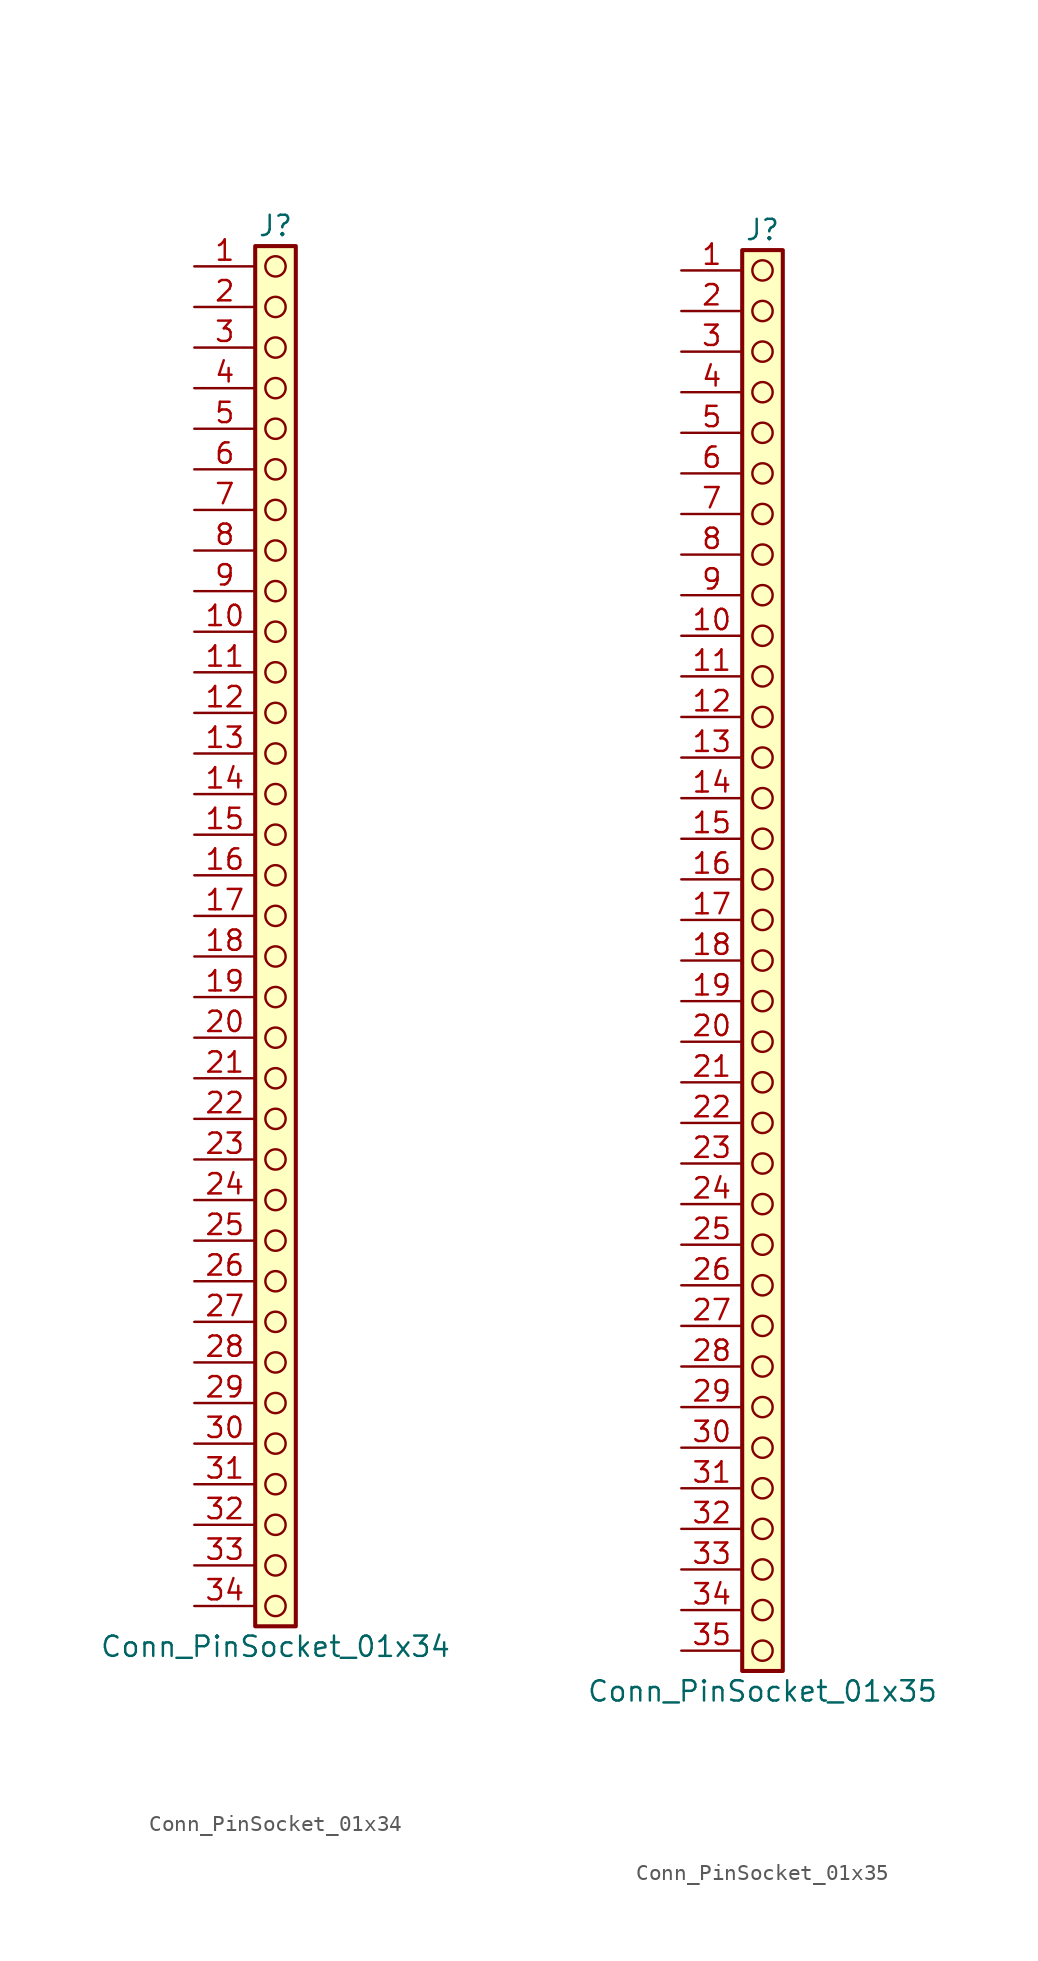
<source format=kicad_sym>
(kicad_symbol_lib
  (version 20241209)
  (generator "kicad_symbol_editor")
  (generator_version "9.0")
  (symbol "Conn_PinSocket_01x34"
    (pin_names
      (offset 1.016)
      (hide yes))
    (property "Reference" "J"
      (at 0 43.18 0)
      (effects (font (size 1.27 1.27))))
    (property "Value" "Conn_PinSocket_01x34"
      (at 0 -45.72 0)
      (effects (font (size 1.27 1.27))))
    (symbol "Conn_PinSocket_01x34_1_1"
      (rectangle (start -1.27 41.91) (end 1.27 -44.45) (stroke (width 0.254) (type default)) (fill (type background)))
      (circle (center 0 40.64) (radius 0.635) (stroke (width 0) (type solid) (color 132 0 0 1)) (fill (type none)))
      (circle (center 0 38.1) (radius 0.635) (stroke (width 0) (type solid) (color 132 0 0 1)) (fill (type none)))
      (circle (center 0 35.56) (radius 0.635) (stroke (width 0) (type solid) (color 132 0 0 1)) (fill (type none)))
      (circle (center 0 33.02) (radius 0.635) (stroke (width 0) (type solid) (color 132 0 0 1)) (fill (type none)))
      (circle (center 0 30.48) (radius 0.635) (stroke (width 0) (type solid) (color 132 0 0 1)) (fill (type none)))
      (circle (center 0 27.94) (radius 0.635) (stroke (width 0) (type solid) (color 132 0 0 1)) (fill (type none)))
      (circle (center 0 25.4) (radius 0.635) (stroke (width 0) (type solid) (color 132 0 0 1)) (fill (type none)))
      (circle (center 0 22.86) (radius 0.635) (stroke (width 0) (type solid) (color 132 0 0 1)) (fill (type none)))
      (circle (center 0 20.32) (radius 0.635) (stroke (width 0) (type solid) (color 132 0 0 1)) (fill (type none)))
      (circle (center 0 17.78) (radius 0.635) (stroke (width 0) (type solid) (color 132 0 0 1)) (fill (type none)))
      (circle (center 0 15.24) (radius 0.635) (stroke (width 0) (type solid) (color 132 0 0 1)) (fill (type none)))
      (circle (center 0 12.7) (radius 0.635) (stroke (width 0) (type solid) (color 132 0 0 1)) (fill (type none)))
      (circle (center 0 10.16) (radius 0.635) (stroke (width 0) (type solid) (color 132 0 0 1)) (fill (type none)))
      (circle (center 0 7.62) (radius 0.635) (stroke (width 0) (type solid) (color 132 0 0 1)) (fill (type none)))
      (circle (center 0 5.08) (radius 0.635) (stroke (width 0) (type solid) (color 132 0 0 1)) (fill (type none)))
      (circle (center 0 2.54) (radius 0.635) (stroke (width 0) (type solid) (color 132 0 0 1)) (fill (type none)))
      (circle (center 0 0) (radius 0.635) (stroke (width 0) (type solid) (color 132 0 0 1)) (fill (type none)))
      (circle (center 0 -2.54) (radius 0.635) (stroke (width 0) (type solid) (color 132 0 0 1)) (fill (type none)))
      (circle (center 0 -5.08) (radius 0.635) (stroke (width 0) (type solid) (color 132 0 0 1)) (fill (type none)))
      (circle (center 0 -7.62) (radius 0.635) (stroke (width 0) (type solid) (color 132 0 0 1)) (fill (type none)))
      (circle (center 0 -10.16) (radius 0.635) (stroke (width 0) (type solid) (color 132 0 0 1)) (fill (type none)))
      (circle (center 0 -12.7) (radius 0.635) (stroke (width 0) (type solid) (color 132 0 0 1)) (fill (type none)))
      (circle (center 0 -15.24) (radius 0.635) (stroke (width 0) (type solid) (color 132 0 0 1)) (fill (type none)))
      (circle (center 0 -17.78) (radius 0.635) (stroke (width 0) (type solid) (color 132 0 0 1)) (fill (type none)))
      (circle (center 0 -20.32) (radius 0.635) (stroke (width 0) (type solid) (color 132 0 0 1)) (fill (type none)))
      (circle (center 0 -22.86) (radius 0.635) (stroke (width 0) (type solid) (color 132 0 0 1)) (fill (type none)))
      (circle (center 0 -25.4) (radius 0.635) (stroke (width 0) (type solid) (color 132 0 0 1)) (fill (type none)))
      (circle (center 0 -27.94) (radius 0.635) (stroke (width 0) (type solid) (color 132 0 0 1)) (fill (type none)))
      (circle (center 0 -30.48) (radius 0.635) (stroke (width 0) (type solid) (color 132 0 0 1)) (fill (type none)))
      (circle (center 0 -33.02) (radius 0.635) (stroke (width 0) (type solid) (color 132 0 0 1)) (fill (type none)))
      (circle (center 0 -35.56) (radius 0.635) (stroke (width 0) (type solid) (color 132 0 0 1)) (fill (type none)))
      (circle (center 0 -38.1) (radius 0.635) (stroke (width 0) (type solid) (color 132 0 0 1)) (fill (type none)))
      (circle (center 0 -40.64) (radius 0.635) (stroke (width 0) (type solid) (color 132 0 0 1)) (fill (type none)))
      (circle (center 0 -43.18) (radius 0.635) (stroke (width 0) (type solid) (color 132 0 0 1)) (fill (type none)))
      (pin passive line (at -5.08 40.64 0) (length 3.81) (name "Pin_1" (effects (font (size 1.27 1.27)))) (number "1" (effects (font (size 1.27 1.27)))))
      (pin passive line (at -5.08 38.1 0) (length 3.81) (name "Pin_2" (effects (font (size 1.27 1.27)))) (number "2" (effects (font (size 1.27 1.27)))))
      (pin passive line (at -5.08 35.56 0) (length 3.81) (name "Pin_3" (effects (font (size 1.27 1.27)))) (number "3" (effects (font (size 1.27 1.27)))))
      (pin passive line (at -5.08 33.02 0) (length 3.81) (name "Pin_4" (effects (font (size 1.27 1.27)))) (number "4" (effects (font (size 1.27 1.27)))))
      (pin passive line (at -5.08 30.48 0) (length 3.81) (name "Pin_5" (effects (font (size 1.27 1.27)))) (number "5" (effects (font (size 1.27 1.27)))))
      (pin passive line (at -5.08 27.94 0) (length 3.81) (name "Pin_6" (effects (font (size 1.27 1.27)))) (number "6" (effects (font (size 1.27 1.27)))))
      (pin passive line (at -5.08 25.4 0) (length 3.81) (name "Pin_7" (effects (font (size 1.27 1.27)))) (number "7" (effects (font (size 1.27 1.27)))))
      (pin passive line (at -5.08 22.86 0) (length 3.81) (name "Pin_8" (effects (font (size 1.27 1.27)))) (number "8" (effects (font (size 1.27 1.27)))))
      (pin passive line (at -5.08 20.32 0) (length 3.81) (name "Pin_9" (effects (font (size 1.27 1.27)))) (number "9" (effects (font (size 1.27 1.27)))))
      (pin passive line (at -5.08 17.78 0) (length 3.81) (name "Pin_10" (effects (font (size 1.27 1.27)))) (number "10" (effects (font (size 1.27 1.27)))))
      (pin passive line (at -5.08 15.24 0) (length 3.81) (name "Pin_11" (effects (font (size 1.27 1.27)))) (number "11" (effects (font (size 1.27 1.27)))))
      (pin passive line (at -5.08 12.7 0) (length 3.81) (name "Pin_12" (effects (font (size 1.27 1.27)))) (number "12" (effects (font (size 1.27 1.27)))))
      (pin passive line (at -5.08 10.16 0) (length 3.81) (name "Pin_13" (effects (font (size 1.27 1.27)))) (number "13" (effects (font (size 1.27 1.27)))))
      (pin passive line (at -5.08 7.62 0) (length 3.81) (name "Pin_14" (effects (font (size 1.27 1.27)))) (number "14" (effects (font (size 1.27 1.27)))))
      (pin passive line (at -5.08 5.08 0) (length 3.81) (name "Pin_15" (effects (font (size 1.27 1.27)))) (number "15" (effects (font (size 1.27 1.27)))))
      (pin passive line (at -5.08 2.54 0) (length 3.81) (name "Pin_16" (effects (font (size 1.27 1.27)))) (number "16" (effects (font (size 1.27 1.27)))))
      (pin passive line (at -5.08 0 0) (length 3.81) (name "Pin_17" (effects (font (size 1.27 1.27)))) (number "17" (effects (font (size 1.27 1.27)))))
      (pin passive line (at -5.08 -2.54 0) (length 3.81) (name "Pin_18" (effects (font (size 1.27 1.27)))) (number "18" (effects (font (size 1.27 1.27)))))
      (pin passive line (at -5.08 -5.08 0) (length 3.81) (name "Pin_19" (effects (font (size 1.27 1.27)))) (number "19" (effects (font (size 1.27 1.27)))))
      (pin passive line (at -5.08 -7.62 0) (length 3.81) (name "Pin_20" (effects (font (size 1.27 1.27)))) (number "20" (effects (font (size 1.27 1.27)))))
      (pin passive line (at -5.08 -10.16 0) (length 3.81) (name "Pin_21" (effects (font (size 1.27 1.27)))) (number "21" (effects (font (size 1.27 1.27)))))
      (pin passive line (at -5.08 -12.7 0) (length 3.81) (name "Pin_22" (effects (font (size 1.27 1.27)))) (number "22" (effects (font (size 1.27 1.27)))))
      (pin passive line (at -5.08 -15.24 0) (length 3.81) (name "Pin_23" (effects (font (size 1.27 1.27)))) (number "23" (effects (font (size 1.27 1.27)))))
      (pin passive line (at -5.08 -17.78 0) (length 3.81) (name "Pin_24" (effects (font (size 1.27 1.27)))) (number "24" (effects (font (size 1.27 1.27)))))
      (pin passive line (at -5.08 -20.32 0) (length 3.81) (name "Pin_25" (effects (font (size 1.27 1.27)))) (number "25" (effects (font (size 1.27 1.27)))))
      (pin passive line (at -5.08 -22.86 0) (length 3.81) (name "Pin_26" (effects (font (size 1.27 1.27)))) (number "26" (effects (font (size 1.27 1.27)))))
      (pin passive line (at -5.08 -25.4 0) (length 3.81) (name "Pin_27" (effects (font (size 1.27 1.27)))) (number "27" (effects (font (size 1.27 1.27)))))
      (pin passive line (at -5.08 -27.94 0) (length 3.81) (name "Pin_28" (effects (font (size 1.27 1.27)))) (number "28" (effects (font (size 1.27 1.27)))))
      (pin passive line (at -5.08 -30.48 0) (length 3.81) (name "Pin_29" (effects (font (size 1.27 1.27)))) (number "29" (effects (font (size 1.27 1.27)))))
      (pin passive line (at -5.08 -33.02 0) (length 3.81) (name "Pin_30" (effects (font (size 1.27 1.27)))) (number "30" (effects (font (size 1.27 1.27)))))
      (pin passive line (at -5.08 -35.56 0) (length 3.81) (name "Pin_31" (effects (font (size 1.27 1.27)))) (number "31" (effects (font (size 1.27 1.27)))))
      (pin passive line (at -5.08 -38.1 0) (length 3.81) (name "Pin_32" (effects (font (size 1.27 1.27)))) (number "32" (effects (font (size 1.27 1.27)))))
      (pin passive line (at -5.08 -40.64 0) (length 3.81) (name "Pin_33" (effects (font (size 1.27 1.27)))) (number "33" (effects (font (size 1.27 1.27)))))
      (pin passive line (at -5.08 -43.18 0) (length 3.81) (name "Pin_34" (effects (font (size 1.27 1.27)))) (number "34" (effects (font (size 1.27 1.27)))))))
  (symbol "Conn_PinSocket_01x35"
    (pin_names
      (offset 1.016)
      (hide yes))
    (property "Reference" "J"
      (at 0 45.72 0)
      (effects (font (size 1.27 1.27))))
    (property "Value" "Conn_PinSocket_01x35"
      (at 0 -45.72 0)
      (effects (font (size 1.27 1.27))))
    (symbol "Conn_PinSocket_01x35_1_1"
      (rectangle (start -1.27 44.45) (end 1.27 -44.45) (stroke (width 0.254) (type default)) (fill (type background)))
      (circle (center 0 43.18) (radius 0.635) (stroke (width 0) (type solid) (color 132 0 0 1)) (fill (type none)))
      (circle (center 0 40.64) (radius 0.635) (stroke (width 0) (type solid) (color 132 0 0 1)) (fill (type none)))
      (circle (center 0 38.1) (radius 0.635) (stroke (width 0) (type solid) (color 132 0 0 1)) (fill (type none)))
      (circle (center 0 35.56) (radius 0.635) (stroke (width 0) (type solid) (color 132 0 0 1)) (fill (type none)))
      (circle (center 0 33.02) (radius 0.635) (stroke (width 0) (type solid) (color 132 0 0 1)) (fill (type none)))
      (circle (center 0 30.48) (radius 0.635) (stroke (width 0) (type solid) (color 132 0 0 1)) (fill (type none)))
      (circle (center 0 27.94) (radius 0.635) (stroke (width 0) (type solid) (color 132 0 0 1)) (fill (type none)))
      (circle (center 0 25.4) (radius 0.635) (stroke (width 0) (type solid) (color 132 0 0 1)) (fill (type none)))
      (circle (center 0 22.86) (radius 0.635) (stroke (width 0) (type solid) (color 132 0 0 1)) (fill (type none)))
      (circle (center 0 20.32) (radius 0.635) (stroke (width 0) (type solid) (color 132 0 0 1)) (fill (type none)))
      (circle (center 0 17.78) (radius 0.635) (stroke (width 0) (type solid) (color 132 0 0 1)) (fill (type none)))
      (circle (center 0 15.24) (radius 0.635) (stroke (width 0) (type solid) (color 132 0 0 1)) (fill (type none)))
      (circle (center 0 12.7) (radius 0.635) (stroke (width 0) (type solid) (color 132 0 0 1)) (fill (type none)))
      (circle (center 0 10.16) (radius 0.635) (stroke (width 0) (type solid) (color 132 0 0 1)) (fill (type none)))
      (circle (center 0 7.62) (radius 0.635) (stroke (width 0) (type solid) (color 132 0 0 1)) (fill (type none)))
      (circle (center 0 5.08) (radius 0.635) (stroke (width 0) (type solid) (color 132 0 0 1)) (fill (type none)))
      (circle (center 0 2.54) (radius 0.635) (stroke (width 0) (type solid) (color 132 0 0 1)) (fill (type none)))
      (circle (center 0 0) (radius 0.635) (stroke (width 0) (type solid) (color 132 0 0 1)) (fill (type none)))
      (circle (center 0 -2.54) (radius 0.635) (stroke (width 0) (type solid) (color 132 0 0 1)) (fill (type none)))
      (circle (center 0 -5.08) (radius 0.635) (stroke (width 0) (type solid) (color 132 0 0 1)) (fill (type none)))
      (circle (center 0 -7.62) (radius 0.635) (stroke (width 0) (type solid) (color 132 0 0 1)) (fill (type none)))
      (circle (center 0 -10.16) (radius 0.635) (stroke (width 0) (type solid) (color 132 0 0 1)) (fill (type none)))
      (circle (center 0 -12.7) (radius 0.635) (stroke (width 0) (type solid) (color 132 0 0 1)) (fill (type none)))
      (circle (center 0 -15.24) (radius 0.635) (stroke (width 0) (type solid) (color 132 0 0 1)) (fill (type none)))
      (circle (center 0 -17.78) (radius 0.635) (stroke (width 0) (type solid) (color 132 0 0 1)) (fill (type none)))
      (circle (center 0 -20.32) (radius 0.635) (stroke (width 0) (type solid) (color 132 0 0 1)) (fill (type none)))
      (circle (center 0 -22.86) (radius 0.635) (stroke (width 0) (type solid) (color 132 0 0 1)) (fill (type none)))
      (circle (center 0 -25.4) (radius 0.635) (stroke (width 0) (type solid) (color 132 0 0 1)) (fill (type none)))
      (circle (center 0 -27.94) (radius 0.635) (stroke (width 0) (type solid) (color 132 0 0 1)) (fill (type none)))
      (circle (center 0 -30.48) (radius 0.635) (stroke (width 0) (type solid) (color 132 0 0 1)) (fill (type none)))
      (circle (center 0 -33.02) (radius 0.635) (stroke (width 0) (type solid) (color 132 0 0 1)) (fill (type none)))
      (circle (center 0 -35.56) (radius 0.635) (stroke (width 0) (type solid) (color 132 0 0 1)) (fill (type none)))
      (circle (center 0 -38.1) (radius 0.635) (stroke (width 0) (type solid) (color 132 0 0 1)) (fill (type none)))
      (circle (center 0 -40.64) (radius 0.635) (stroke (width 0) (type solid) (color 132 0 0 1)) (fill (type none)))
      (circle (center 0 -43.18) (radius 0.635) (stroke (width 0) (type solid) (color 132 0 0 1)) (fill (type none)))
      (pin passive line (at -5.08 43.18 0) (length 3.81) (name "Pin_1" (effects (font (size 1.27 1.27)))) (number "1" (effects (font (size 1.27 1.27)))))
      (pin passive line (at -5.08 40.64 0) (length 3.81) (name "Pin_2" (effects (font (size 1.27 1.27)))) (number "2" (effects (font (size 1.27 1.27)))))
      (pin passive line (at -5.08 38.1 0) (length 3.81) (name "Pin_3" (effects (font (size 1.27 1.27)))) (number "3" (effects (font (size 1.27 1.27)))))
      (pin passive line (at -5.08 35.56 0) (length 3.81) (name "Pin_4" (effects (font (size 1.27 1.27)))) (number "4" (effects (font (size 1.27 1.27)))))
      (pin passive line (at -5.08 33.02 0) (length 3.81) (name "Pin_5" (effects (font (size 1.27 1.27)))) (number "5" (effects (font (size 1.27 1.27)))))
      (pin passive line (at -5.08 30.48 0) (length 3.81) (name "Pin_6" (effects (font (size 1.27 1.27)))) (number "6" (effects (font (size 1.27 1.27)))))
      (pin passive line (at -5.08 27.94 0) (length 3.81) (name "Pin_7" (effects (font (size 1.27 1.27)))) (number "7" (effects (font (size 1.27 1.27)))))
      (pin passive line (at -5.08 25.4 0) (length 3.81) (name "Pin_8" (effects (font (size 1.27 1.27)))) (number "8" (effects (font (size 1.27 1.27)))))
      (pin passive line (at -5.08 22.86 0) (length 3.81) (name "Pin_9" (effects (font (size 1.27 1.27)))) (number "9" (effects (font (size 1.27 1.27)))))
      (pin passive line (at -5.08 20.32 0) (length 3.81) (name "Pin_10" (effects (font (size 1.27 1.27)))) (number "10" (effects (font (size 1.27 1.27)))))
      (pin passive line (at -5.08 17.78 0) (length 3.81) (name "Pin_11" (effects (font (size 1.27 1.27)))) (number "11" (effects (font (size 1.27 1.27)))))
      (pin passive line (at -5.08 15.24 0) (length 3.81) (name "Pin_12" (effects (font (size 1.27 1.27)))) (number "12" (effects (font (size 1.27 1.27)))))
      (pin passive line (at -5.08 12.7 0) (length 3.81) (name "Pin_13" (effects (font (size 1.27 1.27)))) (number "13" (effects (font (size 1.27 1.27)))))
      (pin passive line (at -5.08 10.16 0) (length 3.81) (name "Pin_14" (effects (font (size 1.27 1.27)))) (number "14" (effects (font (size 1.27 1.27)))))
      (pin passive line (at -5.08 7.62 0) (length 3.81) (name "Pin_15" (effects (font (size 1.27 1.27)))) (number "15" (effects (font (size 1.27 1.27)))))
      (pin passive line (at -5.08 5.08 0) (length 3.81) (name "Pin_16" (effects (font (size 1.27 1.27)))) (number "16" (effects (font (size 1.27 1.27)))))
      (pin passive line (at -5.08 2.54 0) (length 3.81) (name "Pin_17" (effects (font (size 1.27 1.27)))) (number "17" (effects (font (size 1.27 1.27)))))
      (pin passive line (at -5.08 0 0) (length 3.81) (name "Pin_18" (effects (font (size 1.27 1.27)))) (number "18" (effects (font (size 1.27 1.27)))))
      (pin passive line (at -5.08 -2.54 0) (length 3.81) (name "Pin_19" (effects (font (size 1.27 1.27)))) (number "19" (effects (font (size 1.27 1.27)))))
      (pin passive line (at -5.08 -5.08 0) (length 3.81) (name "Pin_20" (effects (font (size 1.27 1.27)))) (number "20" (effects (font (size 1.27 1.27)))))
      (pin passive line (at -5.08 -7.62 0) (length 3.81) (name "Pin_21" (effects (font (size 1.27 1.27)))) (number "21" (effects (font (size 1.27 1.27)))))
      (pin passive line (at -5.08 -10.16 0) (length 3.81) (name "Pin_22" (effects (font (size 1.27 1.27)))) (number "22" (effects (font (size 1.27 1.27)))))
      (pin passive line (at -5.08 -12.7 0) (length 3.81) (name "Pin_23" (effects (font (size 1.27 1.27)))) (number "23" (effects (font (size 1.27 1.27)))))
      (pin passive line (at -5.08 -15.24 0) (length 3.81) (name "Pin_24" (effects (font (size 1.27 1.27)))) (number "24" (effects (font (size 1.27 1.27)))))
      (pin passive line (at -5.08 -17.78 0) (length 3.81) (name "Pin_25" (effects (font (size 1.27 1.27)))) (number "25" (effects (font (size 1.27 1.27)))))
      (pin passive line (at -5.08 -20.32 0) (length 3.81) (name "Pin_26" (effects (font (size 1.27 1.27)))) (number "26" (effects (font (size 1.27 1.27)))))
      (pin passive line (at -5.08 -22.86 0) (length 3.81) (name "Pin_27" (effects (font (size 1.27 1.27)))) (number "27" (effects (font (size 1.27 1.27)))))
      (pin passive line (at -5.08 -25.4 0) (length 3.81) (name "Pin_28" (effects (font (size 1.27 1.27)))) (number "28" (effects (font (size 1.27 1.27)))))
      (pin passive line (at -5.08 -27.94 0) (length 3.81) (name "Pin_29" (effects (font (size 1.27 1.27)))) (number "29" (effects (font (size 1.27 1.27)))))
      (pin passive line (at -5.08 -30.48 0) (length 3.81) (name "Pin_30" (effects (font (size 1.27 1.27)))) (number "30" (effects (font (size 1.27 1.27)))))
      (pin passive line (at -5.08 -33.02 0) (length 3.81) (name "Pin_31" (effects (font (size 1.27 1.27)))) (number "31" (effects (font (size 1.27 1.27)))))
      (pin passive line (at -5.08 -35.56 0) (length 3.81) (name "Pin_32" (effects (font (size 1.27 1.27)))) (number "32" (effects (font (size 1.27 1.27)))))
      (pin passive line (at -5.08 -38.1 0) (length 3.81) (name "Pin_33" (effects (font (size 1.27 1.27)))) (number "33" (effects (font (size 1.27 1.27)))))
      (pin passive line (at -5.08 -40.64 0) (length 3.81) (name "Pin_34" (effects (font (size 1.27 1.27)))) (number "34" (effects (font (size 1.27 1.27)))))
      (pin passive line (at -5.08 -43.18 0) (length 3.81) (name "Pin_35" (effects (font (size 1.27 1.27)))) (number "35" (effects (font (size 1.27 1.27))))))))
</source>
